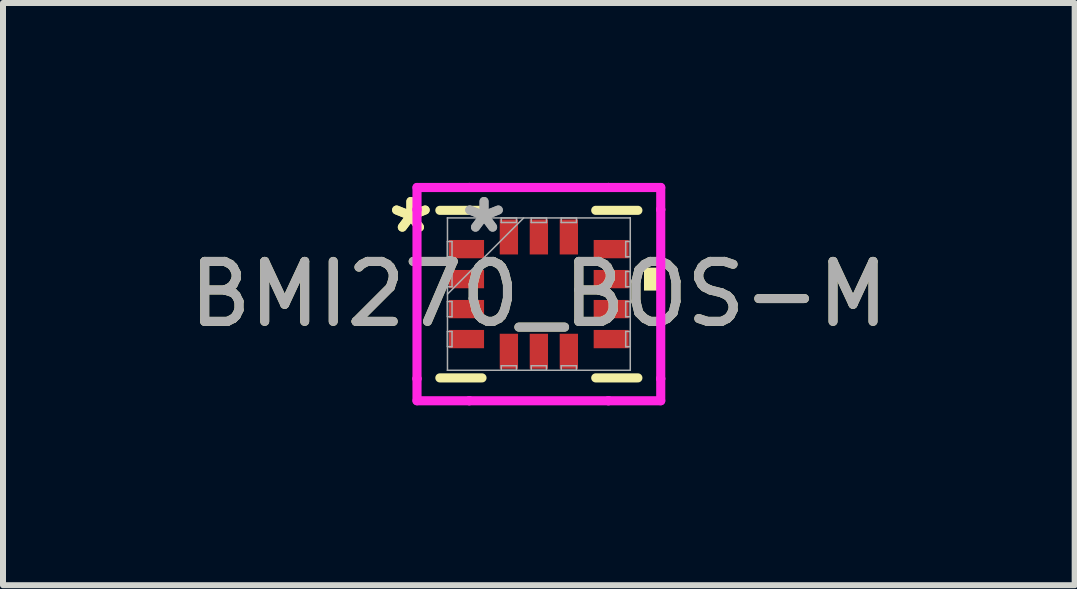
<source format=kicad_pcb>
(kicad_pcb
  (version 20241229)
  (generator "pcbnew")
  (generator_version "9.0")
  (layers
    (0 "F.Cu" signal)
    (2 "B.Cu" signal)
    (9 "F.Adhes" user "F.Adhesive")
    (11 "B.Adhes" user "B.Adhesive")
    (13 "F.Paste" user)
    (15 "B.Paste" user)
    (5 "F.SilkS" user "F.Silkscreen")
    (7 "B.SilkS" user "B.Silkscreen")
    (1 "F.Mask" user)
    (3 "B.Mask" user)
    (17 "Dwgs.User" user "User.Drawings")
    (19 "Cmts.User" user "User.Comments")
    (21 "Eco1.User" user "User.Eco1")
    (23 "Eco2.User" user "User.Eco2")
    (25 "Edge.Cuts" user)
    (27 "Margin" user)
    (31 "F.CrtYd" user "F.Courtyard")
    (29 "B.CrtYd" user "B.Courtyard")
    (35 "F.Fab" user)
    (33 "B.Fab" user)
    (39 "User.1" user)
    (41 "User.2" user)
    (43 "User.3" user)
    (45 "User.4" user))
  (footprint "BMI270_BOS-M"
    (layer "F.Cu")
    (at 5.935 1.854)
    (property "Reference" "BMI270_BOS-M" (at 0 0 0) (unlocked yes) (layer "F.SilkS") (effects (font (size 1 1) (thickness 0.15))))
    (attr smd)
    (fp_line (start -1.651 1.397) (end -0.948 1.397) (stroke (width 0.152) (type solid)) (layer "F.SilkS"))
    (fp_line (start -0.948 -1.397) (end -1.651 -1.397) (stroke (width 0.152) (type solid)) (layer "F.SilkS"))
    (fp_line (start 0.948 1.397) (end 1.651 1.397) (stroke (width 0.152) (type solid)) (layer "F.SilkS"))
    (fp_line (start 1.651 -1.397) (end 0.948 -1.397) (stroke (width 0.152) (type solid)) (layer "F.SilkS"))
    (fp_poly (pts (xy 2.007 -0.441) (xy 2.007 -0.059) (xy 1.753 -0.059) (xy 1.753 -0.441)) (stroke (width 0) (type solid)) (fill yes) (layer "F.SilkS"))
    (fp_line (start -2.032 -1.778) (end -1.16 -1.778) (stroke (width 0.152) (type solid)) (layer "F.CrtYd"))
    (fp_line (start -2.032 -1.41) (end -2.032 -1.778) (stroke (width 0.152) (type solid)) (layer "F.CrtYd"))
    (fp_line (start -2.032 -1.41) (end -2.032 -1.41) (stroke (width 0.152) (type solid)) (layer "F.CrtYd"))
    (fp_line (start -2.032 1.41) (end -2.032 -1.41) (stroke (width 0.152) (type solid)) (layer "F.CrtYd"))
    (fp_line (start -2.032 1.41) (end -2.032 1.41) (stroke (width 0.152) (type solid)) (layer "F.CrtYd"))
    (fp_line (start -2.032 1.778) (end -2.032 1.41) (stroke (width 0.152) (type solid)) (layer "F.CrtYd"))
    (fp_line (start -1.16 -1.778) (end -1.16 -1.778) (stroke (width 0.152) (type solid)) (layer "F.CrtYd"))
    (fp_line (start -1.16 -1.778) (end 1.16 -1.778) (stroke (width 0.152) (type solid)) (layer "F.CrtYd"))
    (fp_line (start -1.16 1.778) (end -2.032 1.778) (stroke (width 0.152) (type solid)) (layer "F.CrtYd"))
    (fp_line (start -1.16 1.778) (end -1.16 1.778) (stroke (width 0.152) (type solid)) (layer "F.CrtYd"))
    (fp_line (start 1.16 -1.778) (end 1.16 -1.778) (stroke (width 0.152) (type solid)) (layer "F.CrtYd"))
    (fp_line (start 1.16 -1.778) (end 2.032 -1.778) (stroke (width 0.152) (type solid)) (layer "F.CrtYd"))
    (fp_line (start 1.16 1.778) (end -1.16 1.778) (stroke (width 0.152) (type solid)) (layer "F.CrtYd"))
    (fp_line (start 1.16 1.778) (end 1.16 1.778) (stroke (width 0.152) (type solid)) (layer "F.CrtYd"))
    (fp_line (start 2.032 -1.778) (end 2.032 -1.41) (stroke (width 0.152) (type solid)) (layer "F.CrtYd"))
    (fp_line (start 2.032 -1.41) (end 2.032 -1.41) (stroke (width 0.152) (type solid)) (layer "F.CrtYd"))
    (fp_line (start 2.032 -1.41) (end 2.032 1.41) (stroke (width 0.152) (type solid)) (layer "F.CrtYd"))
    (fp_line (start 2.032 1.41) (end 2.032 1.41) (stroke (width 0.152) (type solid)) (layer "F.CrtYd"))
    (fp_line (start 2.032 1.41) (end 2.032 1.778) (stroke (width 0.152) (type solid)) (layer "F.CrtYd"))
    (fp_line (start 2.032 1.778) (end 1.16 1.778) (stroke (width 0.152) (type solid)) (layer "F.CrtYd"))
    (fp_line (start -1.524 -1.27) (end -1.524 -1.27) (stroke (width 0.025) (type solid)) (layer "F.Fab"))
    (fp_line (start -1.524 -1.27) (end -1.524 1.27) (stroke (width 0.025) (type solid)) (layer "F.Fab"))
    (fp_line (start -1.524 -0.877) (end -1.448 -0.877) (stroke (width 0.025) (type solid)) (layer "F.Fab"))
    (fp_line (start -1.524 -0.623) (end -1.524 -0.877) (stroke (width 0.025) (type solid)) (layer "F.Fab"))
    (fp_line (start -1.524 -0.377) (end -1.448 -0.377) (stroke (width 0.025) (type solid)) (layer "F.Fab"))
    (fp_line (start -1.524 -0.123) (end -1.524 -0.377) (stroke (width 0.025) (type solid)) (layer "F.Fab"))
    (fp_line (start -1.524 0) (end -0.254 -1.27) (stroke (width 0.025) (type solid)) (layer "F.Fab"))
    (fp_line (start -1.524 0.123) (end -1.448 0.123) (stroke (width 0.025) (type solid)) (layer "F.Fab"))
    (fp_line (start -1.524 0.377) (end -1.524 0.123) (stroke (width 0.025) (type solid)) (layer "F.Fab"))
    (fp_line (start -1.524 0.623) (end -1.448 0.623) (stroke (width 0.025) (type solid)) (layer "F.Fab"))
    (fp_line (start -1.524 0.877) (end -1.524 0.623) (stroke (width 0.025) (type solid)) (layer "F.Fab"))
    (fp_line (start -1.524 1.27) (end -1.524 1.27) (stroke (width 0.025) (type solid)) (layer "F.Fab"))
    (fp_line (start -1.524 1.27) (end 1.524 1.27) (stroke (width 0.025) (type solid)) (layer "F.Fab"))
    (fp_line (start -1.448 -0.877) (end -1.448 -0.623) (stroke (width 0.025) (type solid)) (layer "F.Fab"))
    (fp_line (start -1.448 -0.623) (end -1.524 -0.623) (stroke (width 0.025) (type solid)) (layer "F.Fab"))
    (fp_line (start -1.448 -0.377) (end -1.448 -0.123) (stroke (width 0.025) (type solid)) (layer "F.Fab"))
    (fp_line (start -1.448 -0.123) (end -1.524 -0.123) (stroke (width 0.025) (type solid)) (layer "F.Fab"))
    (fp_line (start -1.448 0.123) (end -1.448 0.377) (stroke (width 0.025) (type solid)) (layer "F.Fab"))
    (fp_line (start -1.448 0.377) (end -1.524 0.377) (stroke (width 0.025) (type solid)) (layer "F.Fab"))
    (fp_line (start -1.448 0.623) (end -1.448 0.877) (stroke (width 0.025) (type solid)) (layer "F.Fab"))
    (fp_line (start -1.448 0.877) (end -1.524 0.877) (stroke (width 0.025) (type solid)) (layer "F.Fab"))
    (fp_line (start -0.627 -1.27) (end -0.373 -1.27) (stroke (width 0.025) (type solid)) (layer "F.Fab"))
    (fp_line (start -0.627 -1.194) (end -0.627 -1.27) (stroke (width 0.025) (type solid)) (layer "F.Fab"))
    (fp_line (start -0.627 1.194) (end -0.373 1.194) (stroke (width 0.025) (type solid)) (layer "F.Fab"))
    (fp_line (start -0.627 1.27) (end -0.627 1.194) (stroke (width 0.025) (type solid)) (layer "F.Fab"))
    (fp_line (start -0.373 -1.27) (end -0.373 -1.194) (stroke (width 0.025) (type solid)) (layer "F.Fab"))
    (fp_line (start -0.373 -1.194) (end -0.627 -1.194) (stroke (width 0.025) (type solid)) (layer "F.Fab"))
    (fp_line (start -0.373 1.194) (end -0.373 1.27) (stroke (width 0.025) (type solid)) (layer "F.Fab"))
    (fp_line (start -0.373 1.27) (end -0.627 1.27) (stroke (width 0.025) (type solid)) (layer "F.Fab"))
    (fp_line (start -0.127 -1.27) (end 0.127 -1.27) (stroke (width 0.025) (type solid)) (layer "F.Fab"))
    (fp_line (start -0.127 -1.194) (end -0.127 -1.27) (stroke (width 0.025) (type solid)) (layer "F.Fab"))
    (fp_line (start -0.127 1.194) (end 0.127 1.194) (stroke (width 0.025) (type solid)) (layer "F.Fab"))
    (fp_line (start -0.127 1.27) (end -0.127 1.194) (stroke (width 0.025) (type solid)) (layer "F.Fab"))
    (fp_line (start 0.127 -1.27) (end 0.127 -1.194) (stroke (width 0.025) (type solid)) (layer "F.Fab"))
    (fp_line (start 0.127 -1.194) (end -0.127 -1.194) (stroke (width 0.025) (type solid)) (layer "F.Fab"))
    (fp_line (start 0.127 1.194) (end 0.127 1.27) (stroke (width 0.025) (type solid)) (layer "F.Fab"))
    (fp_line (start 0.127 1.27) (end -0.127 1.27) (stroke (width 0.025) (type solid)) (layer "F.Fab"))
    (fp_line (start 0.373 -1.27) (end 0.627 -1.27) (stroke (width 0.025) (type solid)) (layer "F.Fab"))
    (fp_line (start 0.373 -1.194) (end 0.373 -1.27) (stroke (width 0.025) (type solid)) (layer "F.Fab"))
    (fp_line (start 0.373 1.194) (end 0.627 1.194) (stroke (width 0.025) (type solid)) (layer "F.Fab"))
    (fp_line (start 0.373 1.27) (end 0.373 1.194) (stroke (width 0.025) (type solid)) (layer "F.Fab"))
    (fp_line (start 0.627 -1.27) (end 0.627 -1.194) (stroke (width 0.025) (type solid)) (layer "F.Fab"))
    (fp_line (start 0.627 -1.194) (end 0.373 -1.194) (stroke (width 0.025) (type solid)) (layer "F.Fab"))
    (fp_line (start 0.627 1.194) (end 0.627 1.27) (stroke (width 0.025) (type solid)) (layer "F.Fab"))
    (fp_line (start 0.627 1.27) (end 0.373 1.27) (stroke (width 0.025) (type solid)) (layer "F.Fab"))
    (fp_line (start 1.448 -0.877) (end 1.524 -0.877) (stroke (width 0.025) (type solid)) (layer "F.Fab"))
    (fp_line (start 1.448 -0.623) (end 1.448 -0.877) (stroke (width 0.025) (type solid)) (layer "F.Fab"))
    (fp_line (start 1.448 -0.377) (end 1.524 -0.377) (stroke (width 0.025) (type solid)) (layer "F.Fab"))
    (fp_line (start 1.448 -0.123) (end 1.448 -0.377) (stroke (width 0.025) (type solid)) (layer "F.Fab"))
    (fp_line (start 1.448 0.123) (end 1.524 0.123) (stroke (width 0.025) (type solid)) (layer "F.Fab"))
    (fp_line (start 1.448 0.377) (end 1.448 0.123) (stroke (width 0.025) (type solid)) (layer "F.Fab"))
    (fp_line (start 1.448 0.623) (end 1.524 0.623) (stroke (width 0.025) (type solid)) (layer "F.Fab"))
    (fp_line (start 1.448 0.877) (end 1.448 0.623) (stroke (width 0.025) (type solid)) (layer "F.Fab"))
    (fp_line (start 1.524 -1.27) (end -1.524 -1.27) (stroke (width 0.025) (type solid)) (layer "F.Fab"))
    (fp_line (start 1.524 -1.27) (end 1.524 -1.27) (stroke (width 0.025) (type solid)) (layer "F.Fab"))
    (fp_line (start 1.524 -0.877) (end 1.524 -0.623) (stroke (width 0.025) (type solid)) (layer "F.Fab"))
    (fp_line (start 1.524 -0.623) (end 1.448 -0.623) (stroke (width 0.025) (type solid)) (layer "F.Fab"))
    (fp_line (start 1.524 -0.377) (end 1.524 -0.123) (stroke (width 0.025) (type solid)) (layer "F.Fab"))
    (fp_line (start 1.524 -0.123) (end 1.448 -0.123) (stroke (width 0.025) (type solid)) (layer "F.Fab"))
    (fp_line (start 1.524 0.123) (end 1.524 0.377) (stroke (width 0.025) (type solid)) (layer "F.Fab"))
    (fp_line (start 1.524 0.377) (end 1.448 0.377) (stroke (width 0.025) (type solid)) (layer "F.Fab"))
    (fp_line (start 1.524 0.623) (end 1.524 0.877) (stroke (width 0.025) (type solid)) (layer "F.Fab"))
    (fp_line (start 1.524 0.877) (end 1.448 0.877) (stroke (width 0.025) (type solid)) (layer "F.Fab"))
    (fp_line (start 1.524 1.27) (end 1.524 -1.27) (stroke (width 0.025) (type solid)) (layer "F.Fab"))
    (fp_line (start 1.524 1.27) (end 1.524 1.27) (stroke (width 0.025) (type solid)) (layer "F.Fab"))
    (fp_text user "*" (at -2.134 -1 0) (layer "F.SilkS") (effects (font (size 1 1) (thickness 0.15))))
    (fp_text user "*" (at -2.134 -1 0) (unlocked yes) (layer "F.SilkS") (effects (font (size 1 1) (thickness 0.15))))
    (fp_text user "*" (at -0.914 -1 0) (unlocked yes) (layer "F.Fab") (effects (font (size 1 1) (thickness 0.15))))
    (fp_text user "${REFERENCE}" (at 0 0 0) (unlocked yes) (layer "F.Fab") (effects (font (size 1 1) (thickness 0.15))))
    (fp_text user "*" (at -0.914 -1 0) (layer "F.Fab") (effects (font (size 1 1) (thickness 0.15))))
    (pad "1" smd rect (at -1.206 -0.75 90) (size 0.305 0.584) (layers "F.Cu" "F.Mask" "F.Paste"))
    (pad "2" smd rect (at -1.206 -0.25 90) (size 0.305 0.584) (layers "F.Cu" "F.Mask" "F.Paste"))
    (pad "3" smd rect (at -1.206 0.25 90) (size 0.305 0.584) (layers "F.Cu" "F.Mask" "F.Paste"))
    (pad "4" smd rect (at -1.206 0.75 90) (size 0.305 0.584) (layers "F.Cu" "F.Mask" "F.Paste"))
    (pad "5" smd rect (at -0.5 0.953) (size 0.305 0.584) (layers "F.Cu" "F.Mask" "F.Paste"))
    (pad "6" smd rect (at 0 0.953) (size 0.305 0.584) (layers "F.Cu" "F.Mask" "F.Paste"))
    (pad "7" smd rect (at 0.5 0.953) (size 0.305 0.584) (layers "F.Cu" "F.Mask" "F.Paste"))
    (pad "8" smd rect (at 1.206 0.75 90) (size 0.305 0.584) (layers "F.Cu" "F.Mask" "F.Paste"))
    (pad "9" smd rect (at 1.206 0.25 90) (size 0.305 0.584) (layers "F.Cu" "F.Mask" "F.Paste"))
    (pad "10" smd rect (at 1.206 -0.25 90) (size 0.305 0.584) (layers "F.Cu" "F.Mask" "F.Paste"))
    (pad "11" smd rect (at 1.206 -0.75 90) (size 0.305 0.584) (layers "F.Cu" "F.Mask" "F.Paste"))
    (pad "12" smd rect (at 0.5 -0.953) (size 0.305 0.584) (layers "F.Cu" "F.Mask" "F.Paste"))
    (pad "13" smd rect (at 0 -0.953) (size 0.305 0.584) (layers "F.Cu" "F.Mask" "F.Paste"))
    (pad "14" smd rect (at -0.5 -0.953) (size 0.305 0.584) (layers "F.Cu" "F.Mask" "F.Paste")))
  (gr_rect
    (start -3 -3)
    (end 14.869 6.708)
    (stroke (width 0.1) (type default))
    (fill no)
    (layer "Edge.Cuts")))
</source>
